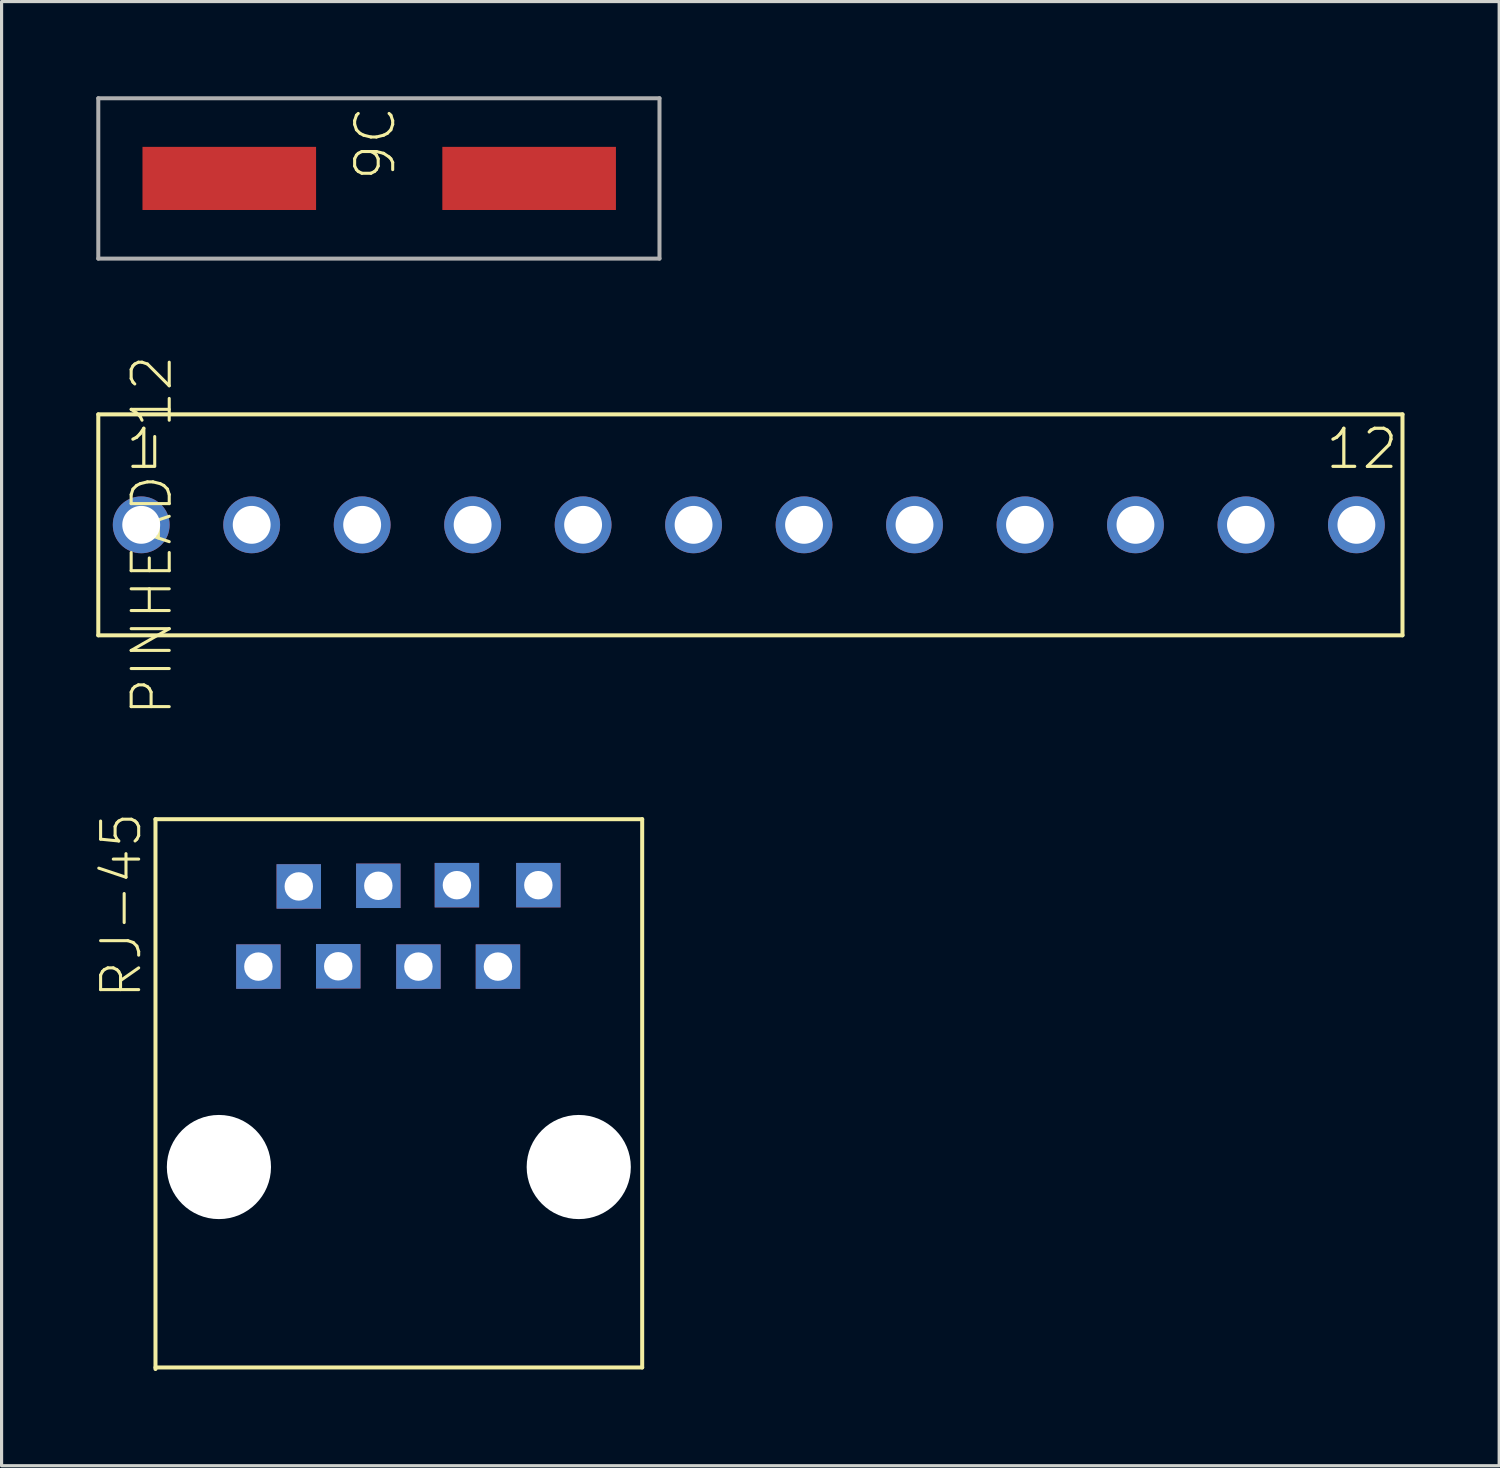
<source format=kicad_pcb>
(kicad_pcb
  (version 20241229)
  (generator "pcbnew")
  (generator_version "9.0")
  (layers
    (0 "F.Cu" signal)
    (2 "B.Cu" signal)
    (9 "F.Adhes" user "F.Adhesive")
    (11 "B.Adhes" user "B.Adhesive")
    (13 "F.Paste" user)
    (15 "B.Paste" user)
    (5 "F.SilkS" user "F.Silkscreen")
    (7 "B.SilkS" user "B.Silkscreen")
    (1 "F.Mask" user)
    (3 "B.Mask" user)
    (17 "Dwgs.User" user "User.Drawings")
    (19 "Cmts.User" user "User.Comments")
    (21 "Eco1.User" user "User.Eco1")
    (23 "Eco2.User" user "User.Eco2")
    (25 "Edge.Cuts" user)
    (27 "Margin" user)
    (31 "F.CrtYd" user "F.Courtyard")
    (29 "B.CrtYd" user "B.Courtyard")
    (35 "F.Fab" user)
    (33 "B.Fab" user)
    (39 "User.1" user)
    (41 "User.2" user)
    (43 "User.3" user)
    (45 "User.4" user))
  (footprint "RJ-45"
    (layer "F.Cu")
    (at 9.586 33.924)
    (property "Reference" "RJ-45" (at -8.09 -5.27 270) (layer "F.SilkS") (effects (font (size 1.206 1.206) (thickness 0.097)) (justify left bottom)))
    (attr through_hole)
    (fp_line (start -7.71 -11.02) (end -7.71 6.4) (stroke (width 0.127) (type solid)) (layer "F.SilkS"))
    (fp_line (start -7.71 6.35) (end 7.71 6.35) (stroke (width 0.127) (type solid)) (layer "F.SilkS"))
    (fp_line (start 7.71 -11.02) (end -7.71 -11.02) (stroke (width 0.127) (type solid)) (layer "F.SilkS"))
    (fp_line (start 7.71 6.35) (end 7.71 -11.02) (stroke (width 0.127) (type solid)) (layer "F.SilkS"))
    (pad "" np_thru_hole circle (at -5.7 0) (size 3.3 3.3) (drill 3.3) (layers "*.Cu" "*.Mask"))
    (pad "" np_thru_hole circle (at 5.7 0) (size 3.3 3.3) (drill 3.3) (layers "*.Cu" "*.Mask"))
    (pad "1" thru_hole rect (at -4.45 -6.35) (size 1.408 1.408) (drill 0.9) (layers "*.Cu" "*.Mask"))
    (pad "2" thru_hole rect (at -3.17 -8.89) (size 1.408 1.408) (drill 0.9) (layers "*.Cu" "*.Mask"))
    (pad "3" thru_hole rect (at -1.92 -6.36) (size 1.408 1.408) (drill 0.9) (layers "*.Cu" "*.Mask"))
    (pad "4" thru_hole rect (at -0.65 -8.91) (size 1.408 1.408) (drill 0.9) (layers "*.Cu" "*.Mask"))
    (pad "5" thru_hole rect (at 0.62 -6.35) (size 1.408 1.408) (drill 0.9) (layers "*.Cu" "*.Mask"))
    (pad "6" thru_hole rect (at 1.84 -8.93) (size 1.408 1.408) (drill 0.9) (layers "*.Cu" "*.Mask"))
    (pad "7" thru_hole rect (at 3.14 -6.35) (size 1.408 1.408) (drill 0.9) (layers "*.Cu" "*.Mask"))
    (pad "8" thru_hole rect (at 4.42 -8.93) (size 1.408 1.408) (drill 0.9) (layers "*.Cu" "*.Mask")))
  (footprint "9C"
    (layer "F.Cu")
    (at 8.954 2.603)
    (property "Reference" "9C" (at 0.59 0.13 90) (layer "F.SilkS") (effects (font (size 1.206 1.206) (thickness 0.097)) (justify left bottom)))
    (attr through_hole)
    (fp_line (start -8.89 -2.54) (end -8.89 2.54) (stroke (width 0.127) (type solid)) (layer "F.Fab"))
    (fp_line (start -8.89 2.54) (end 8.89 2.54) (stroke (width 0.127) (type solid)) (layer "F.Fab"))
    (fp_line (start 8.89 -2.54) (end -8.89 -2.54) (stroke (width 0.127) (type solid)) (layer "F.Fab"))
    (fp_line (start 8.89 2.54) (end 8.89 -2.54) (stroke (width 0.127) (type solid)) (layer "F.Fab"))
    (pad "P$1" smd rect (at -4.74 0) (size 5.5 2) (layers "F.Cu" "F.Mask" "F.Paste"))
    (pad "P$2" smd rect (at 4.76 0) (size 5.5 2) (layers "F.Cu" "F.Mask" "F.Paste")))
  (footprint "PINHEAD-12"
    (layer "F.Cu")
    (at 18.924 13.578)
    (property "Reference" "PINHEAD-12" (at -16.46 6.11 270) (layer "F.SilkS") (effects (font (size 1.206 1.206) (thickness 0.097)) (justify left bottom)))
    (attr through_hole)
    (fp_line (start -18.86 -3.5) (end -18.86 3.5) (stroke (width 0.127) (type solid)) (layer "F.SilkS"))
    (fp_line (start -18.86 3.5) (end 22.46 3.5) (stroke (width 0.127) (type solid)) (layer "F.SilkS"))
    (fp_line (start 22.46 -3.5) (end -18.86 -3.5) (stroke (width 0.127) (type solid)) (layer "F.SilkS"))
    (fp_line (start 22.46 3.5) (end 22.46 -3.5) (stroke (width 0.127) (type solid)) (layer "F.SilkS"))
    (fp_text user "1" (at -18.06 -1.7 0) (layer "F.SilkS") (effects (font (size 1.206 1.206) (thickness 0.102)) (justify left bottom)))
    (fp_text user "12" (at 19.96 -1.7 0) (layer "F.SilkS") (effects (font (size 1.206 1.206) (thickness 0.102)) (justify left bottom)))
    (pad "1" thru_hole circle (at -17.5 0) (size 1.8 1.8) (drill 1.2) (layers "*.Cu" "*.Mask"))
    (pad "2" thru_hole circle (at -14 0) (size 1.8 1.8) (drill 1.2) (layers "*.Cu" "*.Mask"))
    (pad "3" thru_hole circle (at -10.5 0) (size 1.8 1.8) (drill 1.2) (layers "*.Cu" "*.Mask"))
    (pad "4" thru_hole circle (at -7 0) (size 1.8 1.8) (drill 1.2) (layers "*.Cu" "*.Mask"))
    (pad "5" thru_hole circle (at -3.5 0) (size 1.8 1.8) (drill 1.2) (layers "*.Cu" "*.Mask"))
    (pad "6" thru_hole circle (at 0 0) (size 1.8 1.8) (drill 1.2) (layers "*.Cu" "*.Mask"))
    (pad "7" thru_hole circle (at 3.5 0) (size 1.8 1.8) (drill 1.2) (layers "*.Cu" "*.Mask"))
    (pad "8" thru_hole circle (at 7 0) (size 1.8 1.8) (drill 1.2) (layers "*.Cu" "*.Mask"))
    (pad "9" thru_hole circle (at 10.5 0) (size 1.8 1.8) (drill 1.2) (layers "*.Cu" "*.Mask"))
    (pad "10" thru_hole circle (at 14 0) (size 1.8 1.8) (drill 1.2) (layers "*.Cu" "*.Mask"))
    (pad "11" thru_hole circle (at 17.5 0) (size 1.8 1.8) (drill 1.2) (layers "*.Cu" "*.Mask"))
    (pad "12" thru_hole circle (at 21 0) (size 1.8 1.8) (drill 1.2) (layers "*.Cu" "*.Mask")))
  (gr_rect
    (start -3 -3)
    (end 44.447 43.388)
    (stroke (width 0.1) (type default))
    (fill no)
    (layer "Edge.Cuts")))
</source>
